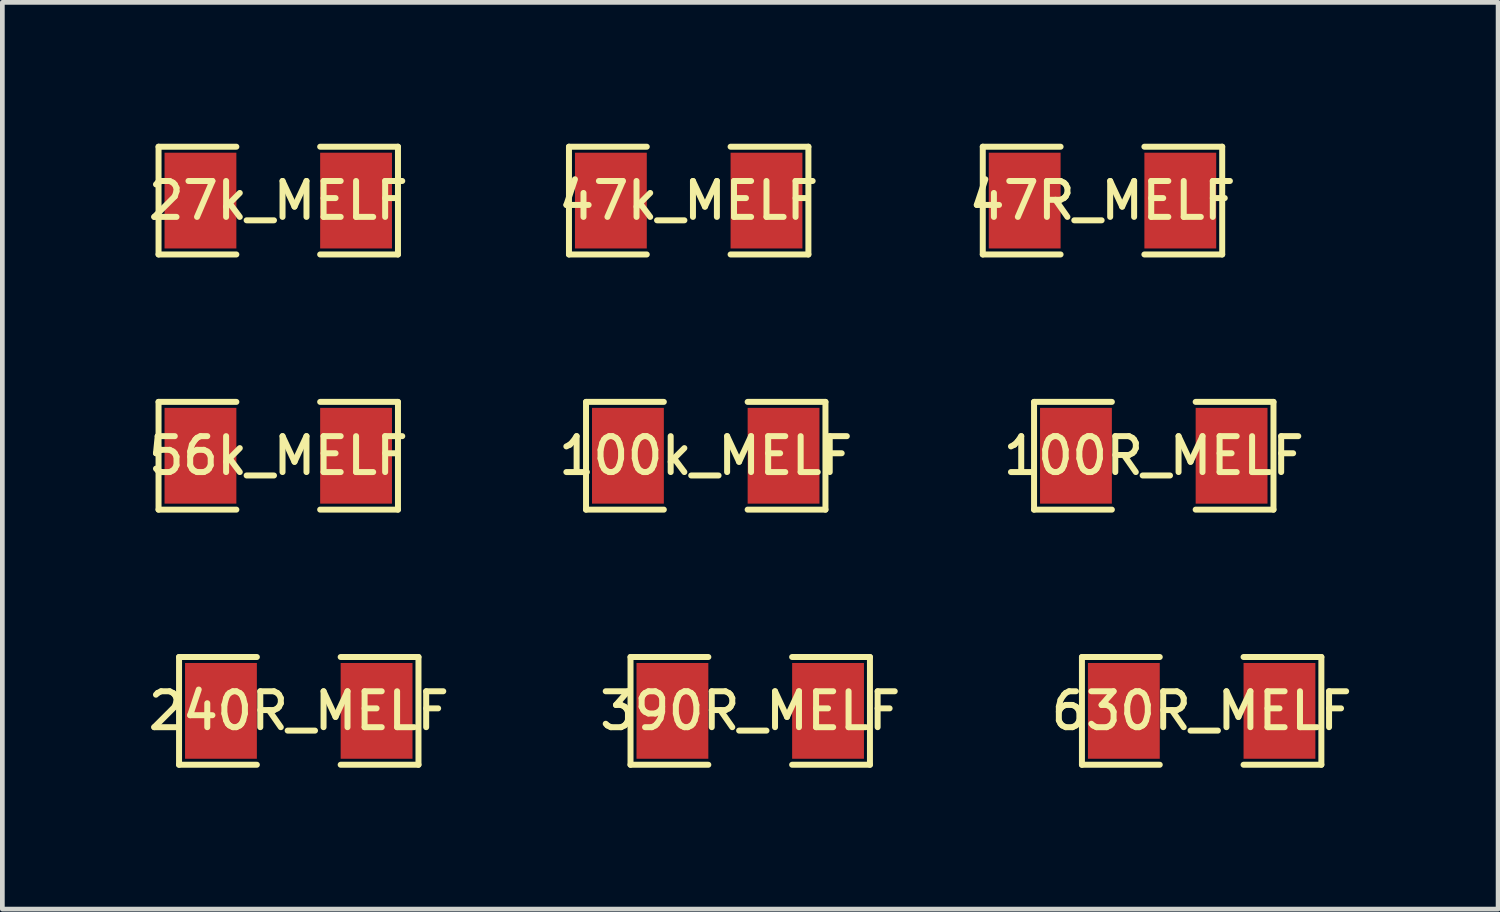
<source format=kicad_pcb>
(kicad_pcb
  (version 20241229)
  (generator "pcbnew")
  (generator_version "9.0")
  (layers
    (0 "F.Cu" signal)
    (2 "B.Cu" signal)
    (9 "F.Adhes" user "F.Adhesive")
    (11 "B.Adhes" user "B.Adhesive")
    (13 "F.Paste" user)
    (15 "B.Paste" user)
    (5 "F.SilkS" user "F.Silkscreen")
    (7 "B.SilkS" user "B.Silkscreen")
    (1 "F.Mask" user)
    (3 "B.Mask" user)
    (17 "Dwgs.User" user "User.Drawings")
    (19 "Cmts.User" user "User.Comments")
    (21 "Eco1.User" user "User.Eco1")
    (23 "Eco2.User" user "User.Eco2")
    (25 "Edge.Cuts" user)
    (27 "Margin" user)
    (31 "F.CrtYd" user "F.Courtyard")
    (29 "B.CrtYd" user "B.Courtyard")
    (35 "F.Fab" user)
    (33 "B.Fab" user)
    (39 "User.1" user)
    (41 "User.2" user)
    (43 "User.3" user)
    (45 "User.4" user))
  (footprint "56k_MELF"
    (layer "F.Cu")
    (at 2.854 6.62)
    (property "Reference" "56k_MELF" (at 0 0 0) (layer "F.SilkS") (effects (font (size 0.762 0.762) (thickness 0.127))))
    (attr smd)
    (fp_line (start -2.54 -1.143) (end -2.54 1.143) (stroke (width 0.127) (type solid)) (layer "F.SilkS"))
    (fp_line (start -2.54 1.143) (end -0.889 1.143) (stroke (width 0.127) (type solid)) (layer "F.SilkS"))
    (fp_line (start -0.889 -1.143) (end -2.54 -1.143) (stroke (width 0.127) (type solid)) (layer "F.SilkS"))
    (fp_line (start 0.889 -1.143) (end 2.54 -1.143) (stroke (width 0.127) (type solid)) (layer "F.SilkS"))
    (fp_line (start 2.54 -1.143) (end 2.54 1.143) (stroke (width 0.127) (type solid)) (layer "F.SilkS"))
    (fp_line (start 2.54 1.143) (end 0.889 1.143) (stroke (width 0.127) (type solid)) (layer "F.SilkS"))
    (pad "1" smd rect (at -1.651 0) (size 1.524 2.032) (layers "F.Cu" "F.Mask" "F.Paste"))
    (pad "2" smd rect (at 1.651 0) (size 1.524 2.032) (layers "F.Cu" "F.Mask" "F.Paste")))
  (footprint "27k_MELF"
    (layer "F.Cu")
    (at 2.854 1.206)
    (property "Reference" "27k_MELF" (at 0 0 0) (layer "F.SilkS") (effects (font (size 0.762 0.762) (thickness 0.127))))
    (attr smd)
    (fp_line (start -2.54 -1.143) (end -2.54 1.143) (stroke (width 0.127) (type solid)) (layer "F.SilkS"))
    (fp_line (start -2.54 1.143) (end -0.889 1.143) (stroke (width 0.127) (type solid)) (layer "F.SilkS"))
    (fp_line (start -0.889 -1.143) (end -2.54 -1.143) (stroke (width 0.127) (type solid)) (layer "F.SilkS"))
    (fp_line (start 0.889 -1.143) (end 2.54 -1.143) (stroke (width 0.127) (type solid)) (layer "F.SilkS"))
    (fp_line (start 2.54 -1.143) (end 2.54 1.143) (stroke (width 0.127) (type solid)) (layer "F.SilkS"))
    (fp_line (start 2.54 1.143) (end 0.889 1.143) (stroke (width 0.127) (type solid)) (layer "F.SilkS"))
    (pad "1" smd rect (at -1.651 0) (size 1.524 2.032) (layers "F.Cu" "F.Mask" "F.Paste"))
    (pad "2" smd rect (at 1.651 0) (size 1.524 2.032) (layers "F.Cu" "F.Mask" "F.Paste")))
  (footprint "100R_MELF"
    (layer "F.Cu")
    (at 21.43 6.62)
    (property "Reference" "100R_MELF" (at 0 0 0) (layer "F.SilkS") (effects (font (size 0.762 0.762) (thickness 0.127))))
    (attr smd)
    (fp_line (start -2.54 -1.143) (end -2.54 1.143) (stroke (width 0.127) (type solid)) (layer "F.SilkS"))
    (fp_line (start -2.54 1.143) (end -0.889 1.143) (stroke (width 0.127) (type solid)) (layer "F.SilkS"))
    (fp_line (start -0.889 -1.143) (end -2.54 -1.143) (stroke (width 0.127) (type solid)) (layer "F.SilkS"))
    (fp_line (start 0.889 -1.143) (end 2.54 -1.143) (stroke (width 0.127) (type solid)) (layer "F.SilkS"))
    (fp_line (start 2.54 -1.143) (end 2.54 1.143) (stroke (width 0.127) (type solid)) (layer "F.SilkS"))
    (fp_line (start 2.54 1.143) (end 0.889 1.143) (stroke (width 0.127) (type solid)) (layer "F.SilkS"))
    (pad "1" smd rect (at -1.651 0) (size 1.524 2.032) (layers "F.Cu" "F.Mask" "F.Paste"))
    (pad "2" smd rect (at 1.651 0) (size 1.524 2.032) (layers "F.Cu" "F.Mask" "F.Paste")))
  (footprint "100k_MELF"
    (layer "F.Cu")
    (at 11.924 6.62)
    (property "Reference" "100k_MELF" (at 0 0 0) (layer "F.SilkS") (effects (font (size 0.762 0.762) (thickness 0.127))))
    (attr smd)
    (fp_line (start -2.54 -1.143) (end -2.54 1.143) (stroke (width 0.127) (type solid)) (layer "F.SilkS"))
    (fp_line (start -2.54 1.143) (end -0.889 1.143) (stroke (width 0.127) (type solid)) (layer "F.SilkS"))
    (fp_line (start -0.889 -1.143) (end -2.54 -1.143) (stroke (width 0.127) (type solid)) (layer "F.SilkS"))
    (fp_line (start 0.889 -1.143) (end 2.54 -1.143) (stroke (width 0.127) (type solid)) (layer "F.SilkS"))
    (fp_line (start 2.54 -1.143) (end 2.54 1.143) (stroke (width 0.127) (type solid)) (layer "F.SilkS"))
    (fp_line (start 2.54 1.143) (end 0.889 1.143) (stroke (width 0.127) (type solid)) (layer "F.SilkS"))
    (pad "1" smd rect (at -1.651 0) (size 1.524 2.032) (layers "F.Cu" "F.Mask" "F.Paste"))
    (pad "2" smd rect (at 1.651 0) (size 1.524 2.032) (layers "F.Cu" "F.Mask" "F.Paste")))
  (footprint "390R_MELF"
    (layer "F.Cu")
    (at 12.868 12.033)
    (property "Reference" "390R_MELF" (at 0 0 0) (layer "F.SilkS") (effects (font (size 0.762 0.762) (thickness 0.127))))
    (attr smd)
    (fp_line (start -2.54 -1.143) (end -2.54 1.143) (stroke (width 0.127) (type solid)) (layer "F.SilkS"))
    (fp_line (start -2.54 1.143) (end -0.889 1.143) (stroke (width 0.127) (type solid)) (layer "F.SilkS"))
    (fp_line (start -0.889 -1.143) (end -2.54 -1.143) (stroke (width 0.127) (type solid)) (layer "F.SilkS"))
    (fp_line (start 0.889 -1.143) (end 2.54 -1.143) (stroke (width 0.127) (type solid)) (layer "F.SilkS"))
    (fp_line (start 2.54 -1.143) (end 2.54 1.143) (stroke (width 0.127) (type solid)) (layer "F.SilkS"))
    (fp_line (start 2.54 1.143) (end 0.889 1.143) (stroke (width 0.127) (type solid)) (layer "F.SilkS"))
    (pad "1" smd rect (at -1.651 0) (size 1.524 2.032) (layers "F.Cu" "F.Mask" "F.Paste"))
    (pad "2" smd rect (at 1.651 0) (size 1.524 2.032) (layers "F.Cu" "F.Mask" "F.Paste")))
  (footprint "630R_MELF"
    (layer "F.Cu")
    (at 22.446 12.033)
    (property "Reference" "630R_MELF" (at 0 0 0) (layer "F.SilkS") (effects (font (size 0.762 0.762) (thickness 0.127))))
    (attr smd)
    (fp_line (start -2.54 -1.143) (end -2.54 1.143) (stroke (width 0.127) (type solid)) (layer "F.SilkS"))
    (fp_line (start -2.54 1.143) (end -0.889 1.143) (stroke (width 0.127) (type solid)) (layer "F.SilkS"))
    (fp_line (start -0.889 -1.143) (end -2.54 -1.143) (stroke (width 0.127) (type solid)) (layer "F.SilkS"))
    (fp_line (start 0.889 -1.143) (end 2.54 -1.143) (stroke (width 0.127) (type solid)) (layer "F.SilkS"))
    (fp_line (start 2.54 -1.143) (end 2.54 1.143) (stroke (width 0.127) (type solid)) (layer "F.SilkS"))
    (fp_line (start 2.54 1.143) (end 0.889 1.143) (stroke (width 0.127) (type solid)) (layer "F.SilkS"))
    (pad "1" smd rect (at -1.651 0) (size 1.524 2.032) (layers "F.Cu" "F.Mask" "F.Paste"))
    (pad "2" smd rect (at 1.651 0) (size 1.524 2.032) (layers "F.Cu" "F.Mask" "F.Paste")))
  (footprint "47k_MELF"
    (layer "F.Cu")
    (at 11.562 1.206)
    (property "Reference" "47k_MELF" (at 0 0 0) (layer "F.SilkS") (effects (font (size 0.762 0.762) (thickness 0.127))))
    (attr smd)
    (fp_line (start -2.54 -1.143) (end -2.54 1.143) (stroke (width 0.127) (type solid)) (layer "F.SilkS"))
    (fp_line (start -2.54 1.143) (end -0.889 1.143) (stroke (width 0.127) (type solid)) (layer "F.SilkS"))
    (fp_line (start -0.889 -1.143) (end -2.54 -1.143) (stroke (width 0.127) (type solid)) (layer "F.SilkS"))
    (fp_line (start 0.889 -1.143) (end 2.54 -1.143) (stroke (width 0.127) (type solid)) (layer "F.SilkS"))
    (fp_line (start 2.54 -1.143) (end 2.54 1.143) (stroke (width 0.127) (type solid)) (layer "F.SilkS"))
    (fp_line (start 2.54 1.143) (end 0.889 1.143) (stroke (width 0.127) (type solid)) (layer "F.SilkS"))
    (pad "1" smd rect (at -1.651 0) (size 1.524 2.032) (layers "F.Cu" "F.Mask" "F.Paste"))
    (pad "2" smd rect (at 1.651 0) (size 1.524 2.032) (layers "F.Cu" "F.Mask" "F.Paste")))
  (footprint "47R_MELF"
    (layer "F.Cu")
    (at 20.342 1.206)
    (property "Reference" "47R_MELF" (at 0 0 0) (layer "F.SilkS") (effects (font (size 0.762 0.762) (thickness 0.127))))
    (attr smd)
    (fp_line (start -2.54 -1.143) (end -2.54 1.143) (stroke (width 0.127) (type solid)) (layer "F.SilkS"))
    (fp_line (start -2.54 1.143) (end -0.889 1.143) (stroke (width 0.127) (type solid)) (layer "F.SilkS"))
    (fp_line (start -0.889 -1.143) (end -2.54 -1.143) (stroke (width 0.127) (type solid)) (layer "F.SilkS"))
    (fp_line (start 0.889 -1.143) (end 2.54 -1.143) (stroke (width 0.127) (type solid)) (layer "F.SilkS"))
    (fp_line (start 2.54 -1.143) (end 2.54 1.143) (stroke (width 0.127) (type solid)) (layer "F.SilkS"))
    (fp_line (start 2.54 1.143) (end 0.889 1.143) (stroke (width 0.127) (type solid)) (layer "F.SilkS"))
    (pad "1" smd rect (at -1.651 0) (size 1.524 2.032) (layers "F.Cu" "F.Mask" "F.Paste"))
    (pad "2" smd rect (at 1.651 0) (size 1.524 2.032) (layers "F.Cu" "F.Mask" "F.Paste")))
  (footprint "240R_MELF"
    (layer "F.Cu")
    (at 3.289 12.033)
    (property "Reference" "240R_MELF" (at 0 0 0) (layer "F.SilkS") (effects (font (size 0.762 0.762) (thickness 0.127))))
    (attr smd)
    (fp_line (start -2.54 -1.143) (end -2.54 1.143) (stroke (width 0.127) (type solid)) (layer "F.SilkS"))
    (fp_line (start -2.54 1.143) (end -0.889 1.143) (stroke (width 0.127) (type solid)) (layer "F.SilkS"))
    (fp_line (start -0.889 -1.143) (end -2.54 -1.143) (stroke (width 0.127) (type solid)) (layer "F.SilkS"))
    (fp_line (start 0.889 -1.143) (end 2.54 -1.143) (stroke (width 0.127) (type solid)) (layer "F.SilkS"))
    (fp_line (start 2.54 -1.143) (end 2.54 1.143) (stroke (width 0.127) (type solid)) (layer "F.SilkS"))
    (fp_line (start 2.54 1.143) (end 0.889 1.143) (stroke (width 0.127) (type solid)) (layer "F.SilkS"))
    (pad "1" smd rect (at -1.651 0) (size 1.524 2.032) (layers "F.Cu" "F.Mask" "F.Paste"))
    (pad "2" smd rect (at 1.651 0) (size 1.524 2.032) (layers "F.Cu" "F.Mask" "F.Paste")))
  (gr_rect
    (start -3 -3)
    (end 28.736 16.239)
    (stroke (width 0.1) (type default))
    (fill no)
    (layer "Edge.Cuts")))
</source>
